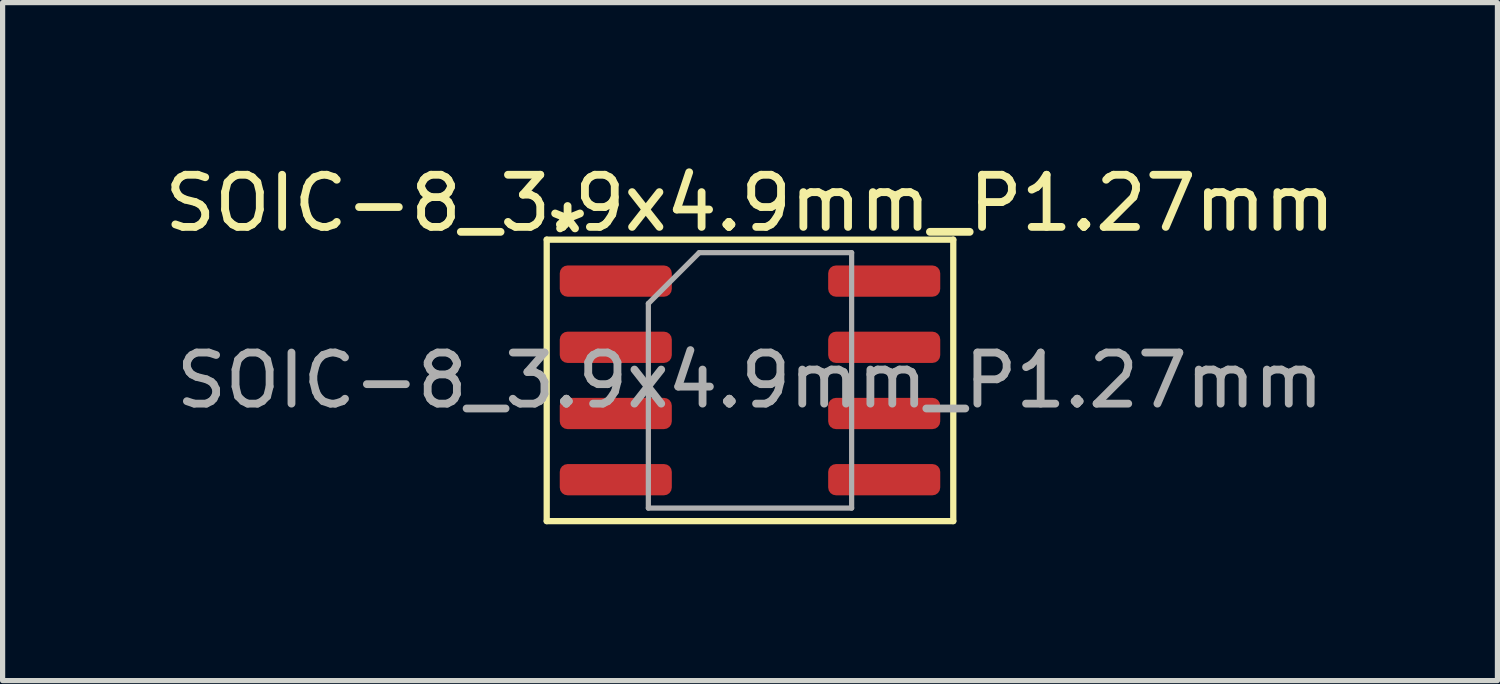
<source format=kicad_pcb>
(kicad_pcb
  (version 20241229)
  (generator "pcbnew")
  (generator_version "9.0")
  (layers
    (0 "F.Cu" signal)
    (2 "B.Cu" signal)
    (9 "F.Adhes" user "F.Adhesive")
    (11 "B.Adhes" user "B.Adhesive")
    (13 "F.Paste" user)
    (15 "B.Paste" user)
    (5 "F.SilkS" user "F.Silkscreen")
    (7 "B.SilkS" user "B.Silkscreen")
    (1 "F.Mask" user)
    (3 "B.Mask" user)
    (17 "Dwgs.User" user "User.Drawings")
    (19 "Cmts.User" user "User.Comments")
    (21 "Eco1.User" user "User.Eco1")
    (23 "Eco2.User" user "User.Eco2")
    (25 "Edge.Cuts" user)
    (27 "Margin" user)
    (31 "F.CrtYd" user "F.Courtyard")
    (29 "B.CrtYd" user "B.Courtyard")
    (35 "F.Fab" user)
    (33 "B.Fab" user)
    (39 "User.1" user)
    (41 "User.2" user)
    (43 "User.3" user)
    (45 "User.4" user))
  (footprint "SOIC-8_3.9x4.9mm_P1.27mm"
    (layer "F.Cu")
    (at 11.339 4.248)
    (property "Reference" "SOIC-8_3.9x4.9mm_P1.27mm" (at 0 -3.4 0) (layer "F.SilkS") (effects (font (size 1 1) (thickness 0.15))))
    (attr smd)
    (fp_line (start -3.9 -2.7) (end -3.9 2.7) (stroke (width 0.12) (type solid)) (layer "F.SilkS"))
    (fp_line (start -3.9 2.7) (end 3.9 2.7) (stroke (width 0.12) (type solid)) (layer "F.SilkS"))
    (fp_line (start 3.9 -2.7) (end -3.9 -2.7) (stroke (width 0.12) (type solid)) (layer "F.SilkS"))
    (fp_line (start 3.9 2.7) (end 3.9 -2.7) (stroke (width 0.12) (type solid)) (layer "F.SilkS"))
    (fp_line (start -1.95 -1.475) (end -0.975 -2.45) (stroke (width 0.1) (type solid)) (layer "F.Fab"))
    (fp_line (start -1.95 2.45) (end -1.95 -1.475) (stroke (width 0.1) (type solid)) (layer "F.Fab"))
    (fp_line (start -0.975 -2.45) (end 1.95 -2.45) (stroke (width 0.1) (type solid)) (layer "F.Fab"))
    (fp_line (start 1.95 -2.45) (end 1.95 2.45) (stroke (width 0.1) (type solid)) (layer "F.Fab"))
    (fp_line (start 1.95 2.45) (end -1.95 2.45) (stroke (width 0.1) (type solid)) (layer "F.Fab"))
    (fp_text user "*" (at -3.5 -2.8 0) (layer "F.SilkS") (effects (font (size 1 1) (thickness 0.15))))
    (fp_text user "${REFERENCE}" (at 0 0 0) (layer "F.Fab") (effects (font (size 0.98 0.98) (thickness 0.15))))
    (pad "1" smd roundrect (at -2.575 -1.905) (size 2.15 0.6) (layers "F.Cu" "F.Mask" "F.Paste") (roundrect_rratio 0.25))
    (pad "2" smd roundrect (at -2.575 -0.635) (size 2.15 0.6) (layers "F.Cu" "F.Mask" "F.Paste") (roundrect_rratio 0.25))
    (pad "3" smd roundrect (at -2.575 0.635) (size 2.15 0.6) (layers "F.Cu" "F.Mask" "F.Paste") (roundrect_rratio 0.25))
    (pad "4" smd roundrect (at -2.575 1.905) (size 2.15 0.6) (layers "F.Cu" "F.Mask" "F.Paste") (roundrect_rratio 0.25))
    (pad "5" smd roundrect (at 2.575 1.905) (size 2.15 0.6) (layers "F.Cu" "F.Mask" "F.Paste") (roundrect_rratio 0.25))
    (pad "6" smd roundrect (at 2.575 0.635) (size 2.15 0.6) (layers "F.Cu" "F.Mask" "F.Paste") (roundrect_rratio 0.25))
    (pad "7" smd roundrect (at 2.575 -0.635) (size 2.15 0.6) (layers "F.Cu" "F.Mask" "F.Paste") (roundrect_rratio 0.25))
    (pad "8" smd roundrect (at 2.575 -1.905) (size 2.15 0.6) (layers "F.Cu" "F.Mask" "F.Paste") (roundrect_rratio 0.25)))
  (gr_rect
    (start -3 -3)
    (end 25.679 10.008)
    (stroke (width 0.1) (type default))
    (fill no)
    (layer "Edge.Cuts")))
</source>
